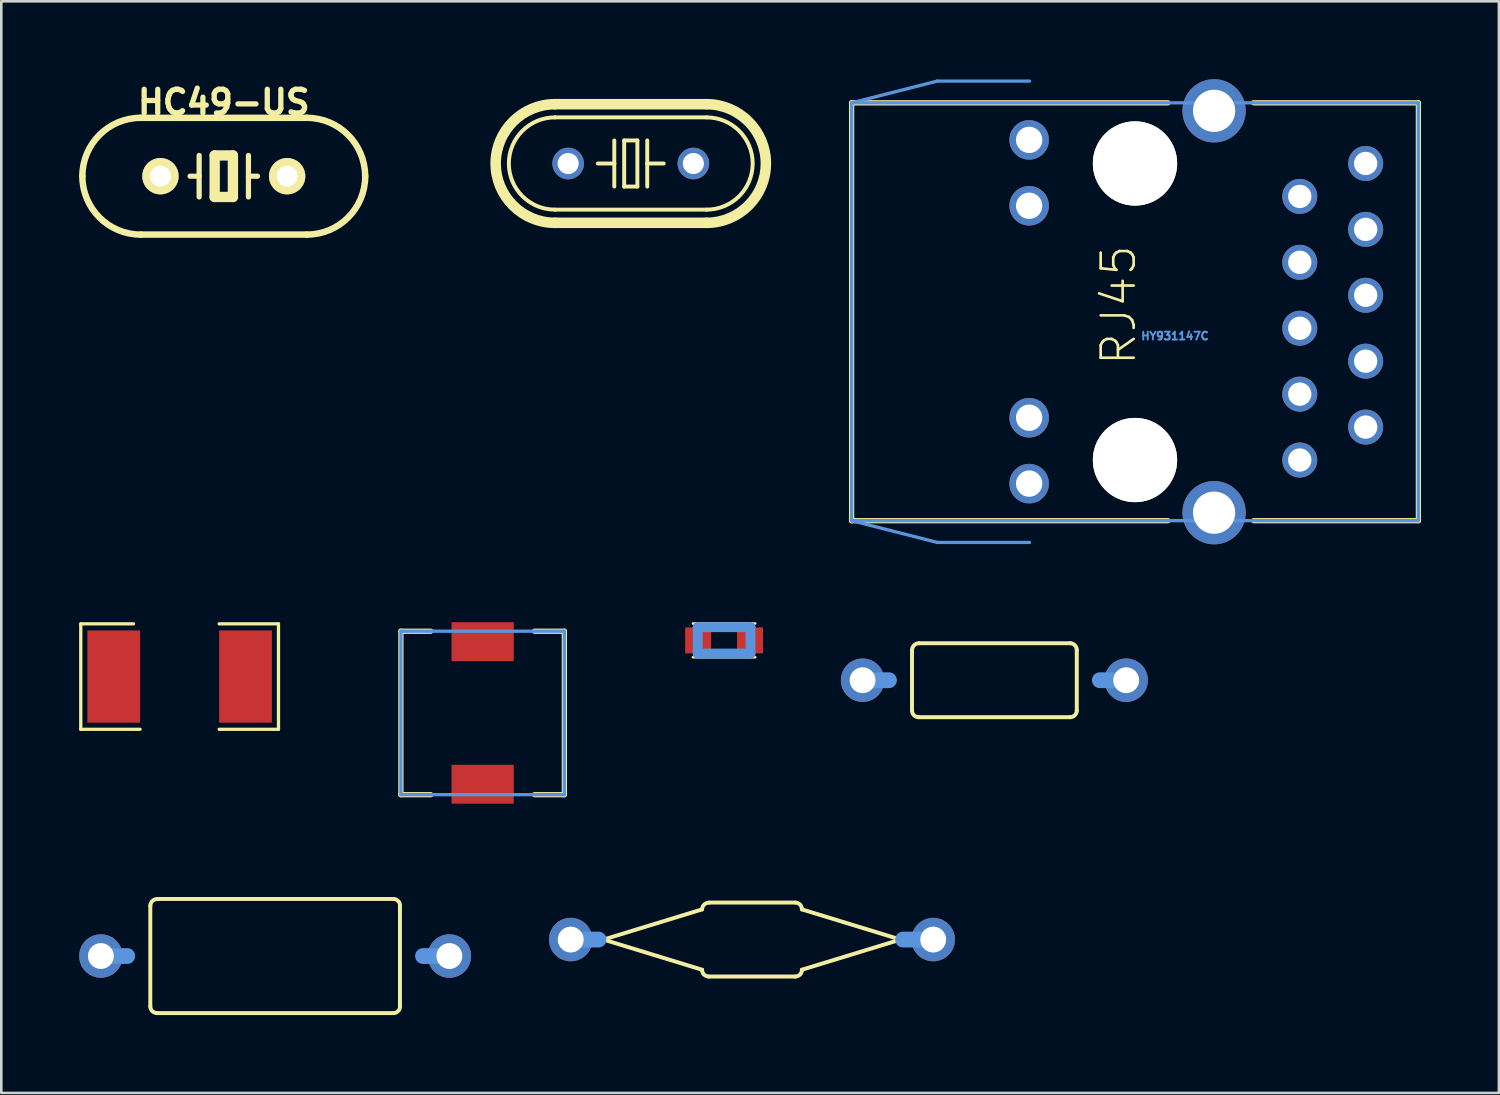
<source format=kicad_pcb>
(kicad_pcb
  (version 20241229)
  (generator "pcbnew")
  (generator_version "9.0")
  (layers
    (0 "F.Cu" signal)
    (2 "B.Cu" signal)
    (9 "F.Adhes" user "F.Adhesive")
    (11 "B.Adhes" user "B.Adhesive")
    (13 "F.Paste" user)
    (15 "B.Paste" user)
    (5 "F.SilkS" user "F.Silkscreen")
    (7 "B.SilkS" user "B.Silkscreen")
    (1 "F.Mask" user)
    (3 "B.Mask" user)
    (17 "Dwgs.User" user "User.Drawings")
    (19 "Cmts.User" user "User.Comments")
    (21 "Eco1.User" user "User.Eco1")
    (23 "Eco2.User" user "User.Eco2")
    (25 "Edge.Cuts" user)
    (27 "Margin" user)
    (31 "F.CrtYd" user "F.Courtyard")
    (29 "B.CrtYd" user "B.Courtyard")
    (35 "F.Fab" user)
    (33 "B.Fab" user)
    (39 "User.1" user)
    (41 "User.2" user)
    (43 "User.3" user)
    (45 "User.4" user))
  (footprint "IND_1206"
    (layer "F.Cu")
    (at 3.873 23.025)
    (property "Reference" "IND_1206" (at 0 0 0) (layer "Cmts.User") (effects (font (size 0.001 0.001) (thickness 0.000001))))
    (attr through_hole)
    (fp_line (start -3.81 -2.032) (end -3.81 2.032) (stroke (width 0.127) (type solid)) (layer "F.SilkS"))
    (fp_line (start -3.81 2.032) (end -1.524 2.032) (stroke (width 0.127) (type solid)) (layer "F.SilkS"))
    (fp_line (start -1.778 -2.032) (end -3.81 -2.032) (stroke (width 0.127) (type solid)) (layer "F.SilkS"))
    (fp_line (start 1.524 -2.032) (end 3.81 -2.032) (stroke (width 0.127) (type solid)) (layer "F.SilkS"))
    (fp_line (start 3.81 -2.032) (end 3.81 2.032) (stroke (width 0.127) (type solid)) (layer "F.SilkS"))
    (fp_line (start 3.81 2.032) (end 1.524 2.032) (stroke (width 0.127) (type solid)) (layer "F.SilkS"))
    (pad "1" smd rect (at -2.54 0 90) (size 3.556 2.032) (layers "F.Cu" "F.Mask" "F.Paste"))
    (pad "2" smd rect (at 2.54 0 90) (size 3.556 2.032) (layers "F.Cu" "F.Mask" "F.Paste")))
  (footprint "HY931147C"
    (layer "F.Cu")
    (at 40.693 8.965)
    (property "Reference" "HY931147C" (at 1.54 0.935 0) (layer "Cmts.User") (effects (font (size 0.3 0.3) (thickness 0.075))))
    (attr through_hole)
    (fp_line (start -10.922 -8.052) (end -10.922 8.052) (stroke (width 0.203) (type solid)) (layer "F.SilkS"))
    (fp_line (start -10.922 -8.052) (end 1.27 -8.052) (stroke (width 0.203) (type solid)) (layer "F.SilkS"))
    (fp_line (start -10.922 8.052) (end 1.27 8.052) (stroke (width 0.203) (type solid)) (layer "F.SilkS"))
    (fp_line (start 4.572 -8.052) (end 10.922 -8.052) (stroke (width 0.203) (type solid)) (layer "F.SilkS"))
    (fp_line (start 4.572 8.052) (end 10.922 8.052) (stroke (width 0.203) (type solid)) (layer "F.SilkS"))
    (fp_line (start 10.922 -8.052) (end 10.922 8.052) (stroke (width 0.203) (type solid)) (layer "F.SilkS"))
    (fp_line (start -10.922 -8.052) (end -10.922 8.052) (stroke (width 0.127) (type solid)) (layer "Cmts.User"))
    (fp_line (start -10.922 -8.052) (end 10.922 -8.052) (stroke (width 0.127) (type solid)) (layer "Cmts.User"))
    (fp_line (start -10.922 8.052) (end 10.922 8.052) (stroke (width 0.127) (type solid)) (layer "Cmts.User"))
    (fp_line (start -7.62 -8.89) (end -10.922 -8.052) (stroke (width 0.127) (type solid)) (layer "Cmts.User"))
    (fp_line (start -7.62 -8.89) (end -4.064 -8.89) (stroke (width 0.127) (type solid)) (layer "Cmts.User"))
    (fp_line (start -7.62 8.89) (end -10.922 8.052) (stroke (width 0.127) (type solid)) (layer "Cmts.User"))
    (fp_line (start -7.62 8.89) (end -4.064 8.89) (stroke (width 0.127) (type solid)) (layer "Cmts.User"))
    (fp_line (start 10.922 -8.052) (end 10.922 8.052) (stroke (width 0.127) (type solid)) (layer "Cmts.User"))
    (fp_text user "RJ45" (at -0.635 -0.254 90) (layer "F.SilkS") (effects (font (size 1.27 1.27) (thickness 0.102))))
    (pad "" np_thru_hole circle (at 0 -5.715) (size 3.249 3.249) (drill 3.249) (layers "*.Cu" "*.Mask" "F.SilkS"))
    (pad "" np_thru_hole circle (at 0 5.715) (size 3.249 3.249) (drill 3.249) (layers "*.Cu" "*.Mask" "F.SilkS"))
    (pad "1" thru_hole oval (at 8.89 -5.715) (size 1.349 1.349) (drill 0.899) (layers "*.Cu" "*.Mask"))
    (pad "2" thru_hole oval (at 6.35 -4.445) (size 1.349 1.349) (drill 0.899) (layers "*.Cu" "*.Mask"))
    (pad "3" thru_hole oval (at 8.89 -3.175) (size 1.349 1.349) (drill 0.899) (layers "*.Cu" "*.Mask"))
    (pad "4" thru_hole oval (at 6.35 -1.905) (size 1.349 1.349) (drill 0.899) (layers "*.Cu" "*.Mask"))
    (pad "5" thru_hole oval (at 8.89 -0.635) (size 1.349 1.349) (drill 0.899) (layers "*.Cu" "*.Mask"))
    (pad "6" thru_hole oval (at 6.35 0.635) (size 1.349 1.349) (drill 0.899) (layers "*.Cu" "*.Mask"))
    (pad "7" thru_hole oval (at 8.89 1.905) (size 1.349 1.349) (drill 0.899) (layers "*.Cu" "*.Mask"))
    (pad "8" thru_hole oval (at 6.35 3.175) (size 1.349 1.349) (drill 0.899) (layers "*.Cu" "*.Mask"))
    (pad "9" thru_hole oval (at 8.89 4.445) (size 1.349 1.349) (drill 0.899) (layers "*.Cu" "*.Mask"))
    (pad "10" thru_hole oval (at 6.35 5.715) (size 1.349 1.349) (drill 0.899) (layers "*.Cu" "*.Mask"))
    (pad "11" thru_hole oval (at -4.079 -6.624) (size 1.524 1.524) (drill 1.016) (layers "*.Cu" "*.Mask"))
    (pad "12" thru_hole oval (at -4.079 -4.084) (size 1.524 1.524) (drill 1.016) (layers "*.Cu" "*.Mask"))
    (pad "13" thru_hole oval (at -4.079 4.084) (size 1.524 1.524) (drill 1.016) (layers "*.Cu" "*.Mask"))
    (pad "14" thru_hole oval (at -4.079 6.624) (size 1.524 1.524) (drill 1.016) (layers "*.Cu" "*.Mask"))
    (pad "GND1" thru_hole oval (at 3.048 -7.744) (size 2.441 2.441) (drill 1.628) (layers "*.Cu" "*.Mask"))
    (pad "GND2" thru_hole oval (at 3.048 7.744) (size 2.441 2.441) (drill 1.628) (layers "*.Cu" "*.Mask")))
  (footprint "IR-4"
    (layer "F.Cu")
    (at 7.541 33.796)
    (property "Reference" "IR-4" (at -1.27 -1.905 0) (layer "Eco1.User") (effects (font (size 1.27 1.27) (thickness 0.127))))
    (attr through_hole)
    (fp_line (start -4.798 1.938) (end -4.798 -1.938) (stroke (width 0.152) (type solid)) (layer "F.SilkS"))
    (fp_line (start 4.575 -2.2) (end -4.524 -2.2) (stroke (width 0.152) (type solid)) (layer "F.SilkS"))
    (fp_line (start 4.575 2.2) (end -4.549 2.2) (stroke (width 0.152) (type solid)) (layer "F.SilkS"))
    (fp_line (start 4.823 1.938) (end 4.823 -1.938) (stroke (width 0.152) (type solid)) (layer "F.SilkS"))
    (fp_arc (start -4.79806 -1.93802) (mid -4.714557 -2.124374) (end -4.52374 -2.1971) (stroke (width 0.1524) (type solid)) (layer "F.SilkS"))
    (fp_arc (start -4.54914 2.1971) (mid -4.727257 2.119113) (end -4.79806 1.93802) (stroke (width 0.1524) (type solid)) (layer "F.SilkS"))
    (fp_arc (start 4.57454 -2.19964) (mid 4.754453 -2.120909) (end 4.826 -1.93802) (stroke (width 0.1524) (type solid)) (layer "F.SilkS"))
    (fp_arc (start 4.826 1.93802) (mid 4.754453 2.120909) (end 4.57454 2.19964) (stroke (width 0.1524) (type solid)) (layer "F.SilkS"))
    (fp_line (start -6.703 0) (end -5.687 0) (stroke (width 0.61) (type solid)) (layer "Cmts.User"))
    (fp_line (start 6.728 0) (end 5.712 0) (stroke (width 0.61) (type solid)) (layer "Cmts.User"))
    (pad "1" thru_hole oval (at -6.703 0) (size 1.676 1.676) (drill 0.998) (layers "*.Cu" "*.Mask"))
    (pad "2" thru_hole oval (at 6.728 0) (size 1.676 1.676) (drill 0.998) (layers "*.Cu" "*.Mask")))
  (footprint "IND_EPCOS_B82462G"
    (layer "F.Cu")
    (at 15.551 24.427)
    (property "Reference" "IND_EPCOS_B82462G" (at 0 -0.762 0) (layer "Eco1.User") (effects (font (size 0.6 0.6) (thickness 0.1))))
    (attr through_hole)
    (fp_line (start -3.15 -3.15) (end -3.15 3.15) (stroke (width 0.203) (type solid)) (layer "F.SilkS"))
    (fp_line (start -3.15 -3.15) (end -1.999 -3.15) (stroke (width 0.203) (type solid)) (layer "F.SilkS"))
    (fp_line (start -3.15 3.15) (end -1.999 3.15) (stroke (width 0.203) (type solid)) (layer "F.SilkS"))
    (fp_line (start 1.999 3.15) (end 3.15 3.15) (stroke (width 0.203) (type solid)) (layer "F.SilkS"))
    (fp_line (start 3.15 -3.15) (end 1.999 -3.15) (stroke (width 0.203) (type solid)) (layer "F.SilkS"))
    (fp_line (start 3.15 3.15) (end 3.15 -3.15) (stroke (width 0.203) (type solid)) (layer "F.SilkS"))
    (fp_line (start -3.15 -3.15) (end -3.15 3.15) (stroke (width 0.127) (type solid)) (layer "Cmts.User"))
    (fp_line (start -3.15 3.15) (end 3.15 3.15) (stroke (width 0.127) (type solid)) (layer "Cmts.User"))
    (fp_line (start 3.15 -3.15) (end -3.15 -3.15) (stroke (width 0.127) (type solid)) (layer "Cmts.User"))
    (fp_line (start 3.15 3.15) (end 3.15 -3.15) (stroke (width 0.127) (type solid)) (layer "Cmts.User"))
    (pad "1" smd rect (at 0 -2.748) (size 2.398 1.499) (layers "F.Cu" "F.Mask" "F.Paste"))
    (pad "2" smd rect (at 0 2.748) (size 2.398 1.499) (layers "F.Cu" "F.Mask" "F.Paste")))
  (footprint "IRF24"
    (layer "F.Cu")
    (at 25.931 33.161)
    (property "Reference" "IRF24" (at -0.635 -1.27 0) (layer "Eco1.User") (effects (font (size 1.27 1.27) (thickness 0.127))))
    (attr through_hole)
    (fp_line (start -5.723 0) (end -1.923 -1.163) (stroke (width 0.152) (type solid)) (layer "F.SilkS"))
    (fp_line (start -1.923 1.163) (end -5.723 0) (stroke (width 0.152) (type solid)) (layer "F.SilkS"))
    (fp_line (start 1.674 -1.425) (end -1.648 -1.425) (stroke (width 0.152) (type solid)) (layer "F.SilkS"))
    (fp_line (start 1.674 1.425) (end -1.674 1.425) (stroke (width 0.152) (type solid)) (layer "F.SilkS"))
    (fp_line (start 1.923 1.163) (end 5.723 0) (stroke (width 0.152) (type solid)) (layer "F.SilkS"))
    (fp_line (start 5.723 0) (end 1.923 -1.163) (stroke (width 0.152) (type solid)) (layer "F.SilkS"))
    (fp_arc (start -1.92278 -1.16332) (mid -1.839277 -1.349674) (end -1.64846 -1.4224) (stroke (width 0.1524) (type solid)) (layer "F.SilkS"))
    (fp_arc (start -1.67386 1.4224) (mid -1.851977 1.344413) (end -1.92278 1.16332) (stroke (width 0.1524) (type solid)) (layer "F.SilkS"))
    (fp_arc (start 1.67386 -1.42494) (mid 1.853773 -1.346209) (end 1.92532 -1.16332) (stroke (width 0.1524) (type solid)) (layer "F.SilkS"))
    (fp_arc (start 1.92532 1.16332) (mid 1.853773 1.346209) (end 1.67386 1.42494) (stroke (width 0.1524) (type solid)) (layer "F.SilkS"))
    (fp_line (start -5.913 0) (end -6.985 0) (stroke (width 0.61) (type solid)) (layer "Cmts.User"))
    (fp_line (start 5.824 0) (end 6.985 0) (stroke (width 0.61) (type solid)) (layer "Cmts.User"))
    (pad "1" thru_hole oval (at -6.985 0) (size 1.676 1.676) (drill 0.998) (layers "*.Cu" "*.Mask"))
    (pad "2" thru_hole oval (at 6.985 0) (size 1.676 1.676) (drill 0.998) (layers "*.Cu" "*.Mask")))
  (footprint "IND_MH2029"
    (layer "F.Cu")
    (at 24.856 21.63)
    (property "Reference" "IND_MH2029" (at 0 0 0) (layer "Eco1.User") (effects (font (size 0.2 0.2) (thickness 0.05))))
    (attr through_hole)
    (fp_line (start -1.2 -0.65) (end 1.2 -0.65) (stroke (width 0.1) (type solid)) (layer "F.SilkS"))
    (fp_line (start 1.2 0.65) (end -1.2 0.65) (stroke (width 0.1) (type solid)) (layer "F.SilkS"))
    (fp_line (start -1.016 -0.508) (end 1.016 -0.508) (stroke (width 0.381) (type solid)) (layer "Cmts.User"))
    (fp_line (start -1.016 0.508) (end -1.016 -0.508) (stroke (width 0.381) (type solid)) (layer "Cmts.User"))
    (fp_line (start 1.016 -0.508) (end 1.016 0.508) (stroke (width 0.381) (type solid)) (layer "Cmts.User"))
    (fp_line (start 1.016 0.508) (end -1.016 0.508) (stroke (width 0.381) (type solid)) (layer "Cmts.User"))
    (pad "1" smd rect (at -1 0) (size 1 1) (layers "F.Cu" "F.Mask" "F.Paste"))
    (pad "2" smd rect (at 1 0) (size 1 1) (layers "F.Cu" "F.Mask" "F.Paste")))
  (footprint "HC49-US"
    (layer "F.Cu")
    (at 5.575 3.741)
    (property "Reference" "HC49-US" (at 0 -2.85 0) (layer "F.SilkS") (effects (font (size 0.914 0.914) (thickness 0.203))))
    (attr through_hole)
    (fp_line (start -3.2 -2.25) (end 3.2 -2.25) (stroke (width 0.249) (type solid)) (layer "F.SilkS"))
    (fp_line (start -0.95 -0.8) (end -0.95 0.8) (stroke (width 0.201) (type solid)) (layer "F.SilkS"))
    (fp_line (start -0.95 0) (end -1.3 0) (stroke (width 0.201) (type solid)) (layer "F.SilkS"))
    (fp_line (start -0.351 -0.8) (end 0.351 -0.8) (stroke (width 0.399) (type solid)) (layer "F.SilkS"))
    (fp_line (start -0.351 0.8) (end -0.351 -0.8) (stroke (width 0.399) (type solid)) (layer "F.SilkS"))
    (fp_line (start -0.351 0.8) (end 0.351 0.8) (stroke (width 0.399) (type solid)) (layer "F.SilkS"))
    (fp_line (start 0.351 -0.8) (end 0.351 0.8) (stroke (width 0.399) (type solid)) (layer "F.SilkS"))
    (fp_line (start 0.95 -0.8) (end 0.95 0.8) (stroke (width 0.201) (type solid)) (layer "F.SilkS"))
    (fp_line (start 0.95 0) (end 1.3 0) (stroke (width 0.201) (type solid)) (layer "F.SilkS"))
    (fp_line (start 3.2 2.25) (end -3.2 2.25) (stroke (width 0.249) (type solid)) (layer "F.SilkS"))
    (fp_arc (start -5.45084 0) (mid -4.791701 -1.591301) (end -3.2004 -2.25044) (stroke (width 0.24892) (type solid)) (layer "F.SilkS"))
    (fp_arc (start -3.2004 2.25044) (mid -4.791701 1.591301) (end -5.45084 0) (stroke (width 0.24892) (type solid)) (layer "F.SilkS"))
    (fp_arc (start 3.19786 -2.25044) (mid 4.789161 -1.591301) (end 5.4483 0) (stroke (width 0.24892) (type solid)) (layer "F.SilkS"))
    (fp_arc (start 5.45084 0) (mid 4.791701 1.591301) (end 3.2004 2.25044) (stroke (width 0.24892) (type solid)) (layer "F.SilkS"))
    (pad "1" thru_hole circle (at -2.441 0) (size 1.4 1.4) (drill 0.8) (layers "*.Cu" "*.Mask" "F.SilkS"))
    (pad "2" thru_hole circle (at 2.441 0) (size 1.4 1.4) (drill 0.8) (layers "*.Cu" "*.Mask" "F.SilkS")))
  (footprint "HC49U-V"
    (layer "F.Cu")
    (at 21.26 3.252)
    (property "Reference" "HC49U-V" (at -2.54 -2.286 0) (layer "Eco1.User") (effects (font (size 1.27 1.27) (thickness 0.127))))
    (attr through_hole)
    (fp_line (start -2.921 -2.286) (end 2.921 -2.286) (stroke (width 0.406) (type solid)) (layer "F.SilkS"))
    (fp_line (start -2.921 1.778) (end 2.921 1.778) (stroke (width 0.152) (type solid)) (layer "F.SilkS"))
    (fp_line (start -2.921 2.286) (end 2.921 2.286) (stroke (width 0.406) (type solid)) (layer "F.SilkS"))
    (fp_line (start -0.635 -0.889) (end -0.635 0) (stroke (width 0.152) (type solid)) (layer "F.SilkS"))
    (fp_line (start -0.635 0) (end -1.27 0) (stroke (width 0.152) (type solid)) (layer "F.SilkS"))
    (fp_line (start -0.635 0) (end -0.635 0.889) (stroke (width 0.152) (type solid)) (layer "F.SilkS"))
    (fp_line (start -0.254 -0.889) (end 0.254 -0.889) (stroke (width 0.152) (type solid)) (layer "F.SilkS"))
    (fp_line (start -0.254 0.889) (end -0.254 -0.889) (stroke (width 0.152) (type solid)) (layer "F.SilkS"))
    (fp_line (start 0.254 -0.889) (end 0.254 0.889) (stroke (width 0.152) (type solid)) (layer "F.SilkS"))
    (fp_line (start 0.254 0.889) (end -0.254 0.889) (stroke (width 0.152) (type solid)) (layer "F.SilkS"))
    (fp_line (start 0.635 -0.889) (end 0.635 0) (stroke (width 0.152) (type solid)) (layer "F.SilkS"))
    (fp_line (start 0.635 0) (end 0.635 0.889) (stroke (width 0.152) (type solid)) (layer "F.SilkS"))
    (fp_line (start 0.635 0) (end 1.27 0) (stroke (width 0.152) (type solid)) (layer "F.SilkS"))
    (fp_line (start 2.921 -1.778) (end -2.921 -1.778) (stroke (width 0.152) (type solid)) (layer "F.SilkS"))
    (fp_arc (start -2.921 1.778) (mid -4.699 0) (end -2.921 -1.778) (stroke (width 0.1524) (type solid)) (layer "F.SilkS"))
    (fp_arc (start -2.921 2.286) (mid -5.207 0) (end -2.921 -2.286) (stroke (width 0.4064) (type solid)) (layer "F.SilkS"))
    (fp_arc (start 2.921 -2.286) (mid 5.207 0) (end 2.921 2.286) (stroke (width 0.4064) (type solid)) (layer "F.SilkS"))
    (fp_arc (start 2.921 -1.778) (mid 4.699 0) (end 2.921 1.778) (stroke (width 0.1524) (type solid)) (layer "F.SilkS"))
    (pad "1" thru_hole oval (at -2.413 0) (size 1.219 1.219) (drill 0.813) (layers "*.Cu" "*.Mask"))
    (pad "2" thru_hole oval (at 2.413 0) (size 1.219 1.219) (drill 0.813) (layers "*.Cu" "*.Mask")))
  (footprint "IR-2"
    (layer "F.Cu")
    (at 35.274 23.166)
    (property "Reference" "IR-2" (at -0.635 -1.27 0) (layer "Eco1.User") (effects (font (size 1.27 1.27) (thickness 0.127))))
    (attr through_hole)
    (fp_line (start -3.175 1.163) (end -3.175 -1.163) (stroke (width 0.152) (type solid)) (layer "F.SilkS"))
    (fp_line (start 2.924 -1.425) (end -2.898 -1.425) (stroke (width 0.152) (type solid)) (layer "F.SilkS"))
    (fp_line (start 2.924 1.425) (end -2.924 1.425) (stroke (width 0.152) (type solid)) (layer "F.SilkS"))
    (fp_line (start 3.175 1.163) (end 3.175 -1.163) (stroke (width 0.152) (type solid)) (layer "F.SilkS"))
    (fp_arc (start -3.175 -1.16332) (mid -3.090753 -1.35147) (end -2.89814 -1.42494) (stroke (width 0.1524) (type solid)) (layer "F.SilkS"))
    (fp_arc (start -2.92354 1.42494) (mid -3.103453 1.346209) (end -3.175 1.16332) (stroke (width 0.1524) (type solid)) (layer "F.SilkS"))
    (fp_arc (start 2.92354 -1.42494) (mid 3.103453 -1.346209) (end 3.175 -1.16332) (stroke (width 0.1524) (type solid)) (layer "F.SilkS"))
    (fp_arc (start 3.175 1.16332) (mid 3.103453 1.346209) (end 2.92354 1.42494) (stroke (width 0.1524) (type solid)) (layer "F.SilkS"))
    (fp_line (start -5.08 0) (end -4.064 0) (stroke (width 0.61) (type solid)) (layer "Cmts.User"))
    (fp_line (start 5.08 0) (end 4.064 0) (stroke (width 0.61) (type solid)) (layer "Cmts.User"))
    (pad "1" thru_hole oval (at -5.08 0) (size 1.676 1.676) (drill 0.998) (layers "*.Cu" "*.Mask"))
    (pad "2" thru_hole oval (at 5.08 0) (size 1.676 1.676) (drill 0.998) (layers "*.Cu" "*.Mask")))
  (gr_rect
    (start -3 -3)
    (end 54.717 39.072)
    (stroke (width 0.1) (type default))
    (fill no)
    (layer "Edge.Cuts")))
</source>
